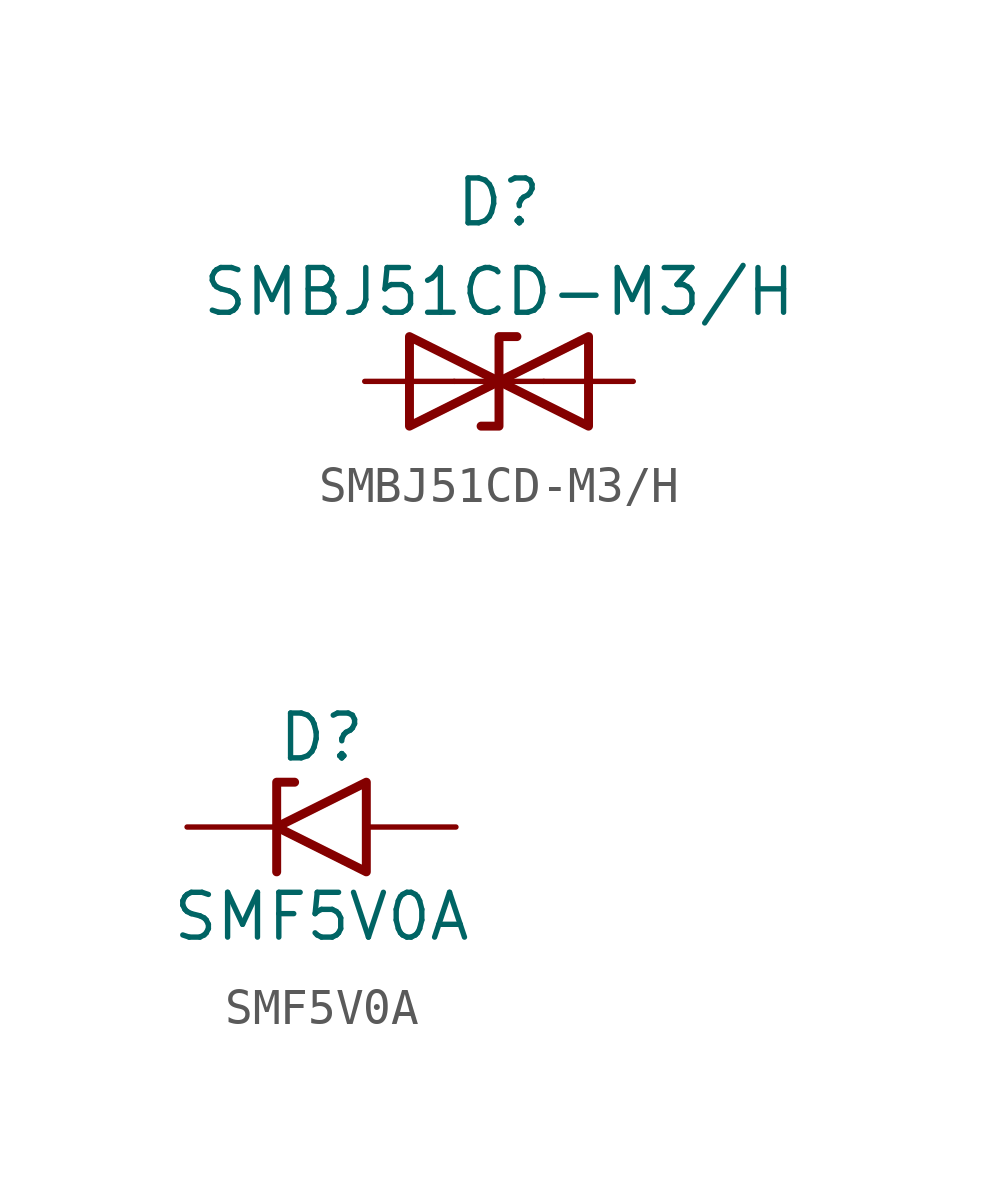
<source format=kicad_sym>
(kicad_symbol_lib
  (version 20241209)
  (generator "kicad_symbol_editor")
  (generator_version "9.0")
  (symbol "SMBJ51CD-M3/H"
    (pin_numbers
      (hide yes))
    (pin_names
      (hide yes))
    (property "Reference" "D"
      (at 0 5.08 0)
      (effects (font (size 1.27 1.27))))
    (property "Value" "SMBJ51CD-M3/H"
      (at 0 2.54 0)
      (effects (font (size 1.27 1.27))))
    (symbol "SMBJ51CD-M3/H_0_1"
      (polyline (pts (xy -2.54 1.27) (xy -2.54 -1.27) (xy 2.54 1.27) (xy 2.54 -1.27) (xy -2.54 1.27)) (stroke (width 0.254) (type default)) (fill (type none)))
      (polyline (pts (xy 0.508 1.27) (xy 0 1.27) (xy 0 -1.27) (xy -0.508 -1.27)) (stroke (width 0.254) (type default)) (fill (type none)))
      (polyline (pts (xy 1.27 0) (xy -1.27 0)) (stroke (width 0) (type default)) (fill (type none))))
    (symbol "SMBJ51CD-M3/H_1_1"
      (pin passive line (at -3.81 0 0) (length 2.54) (name "A1" (effects (font (size 1.27 1.27)))) (number "1" (effects (font (size 1.27 1.27)))))
      (pin passive line (at 3.81 0 180) (length 2.54) (name "A2" (effects (font (size 1.27 1.27)))) (number "2" (effects (font (size 1.27 1.27)))))))
  (symbol "SMF5V0A"
    (pin_numbers
      (hide yes))
    (pin_names
      (offset 1.016)
      (hide yes))
    (property "Reference" "D"
      (at 0 2.54 0)
      (effects (font (size 1.27 1.27))))
    (property "Value" "SMF5V0A"
      (at 0 -2.54 0)
      (effects (font (size 1.27 1.27))))
    (symbol "SMF5V0A_0_1"
      (polyline (pts (xy -0.762 1.27) (xy -1.27 1.27) (xy -1.27 -1.27)) (stroke (width 0.254) (type default)) (fill (type none)))
      (polyline (pts (xy 1.27 1.27) (xy 1.27 -1.27) (xy -1.27 0) (xy 1.27 1.27)) (stroke (width 0.254) (type default)) (fill (type none))))
    (symbol "SMF5V0A_1_1"
      (pin passive line (at -3.81 0 0) (length 2.54) (name "A1" (effects (font (size 1.27 1.27)))) (number "1" (effects (font (size 1.27 1.27)))))
      (pin passive line (at 3.81 0 180) (length 2.54) (name "A2" (effects (font (size 1.27 1.27)))) (number "2" (effects (font (size 1.27 1.27))))))))
</source>
